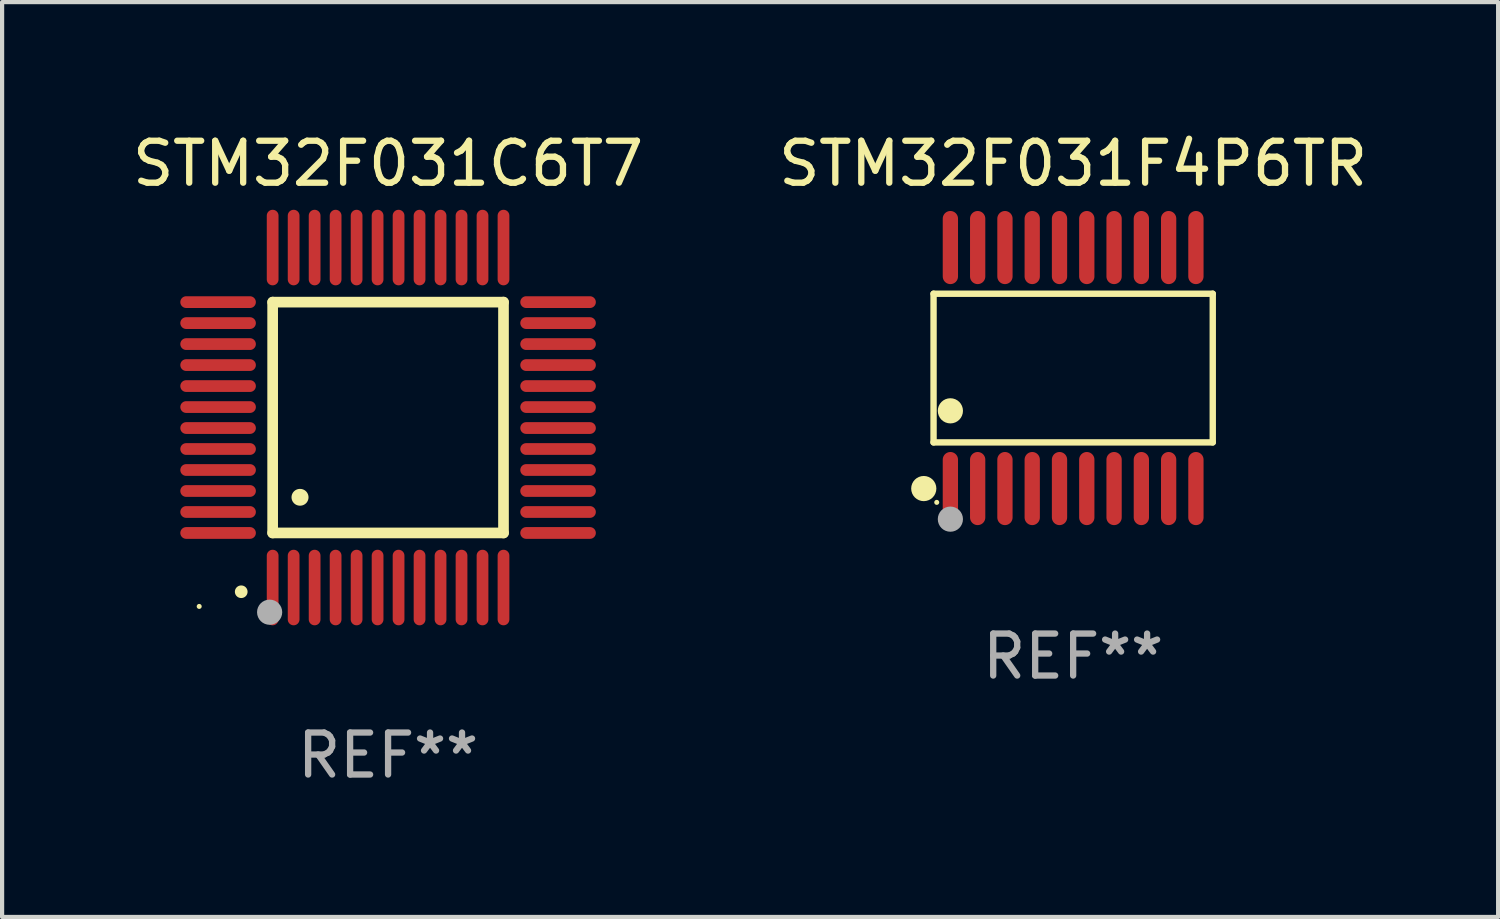
<source format=kicad_pcb>
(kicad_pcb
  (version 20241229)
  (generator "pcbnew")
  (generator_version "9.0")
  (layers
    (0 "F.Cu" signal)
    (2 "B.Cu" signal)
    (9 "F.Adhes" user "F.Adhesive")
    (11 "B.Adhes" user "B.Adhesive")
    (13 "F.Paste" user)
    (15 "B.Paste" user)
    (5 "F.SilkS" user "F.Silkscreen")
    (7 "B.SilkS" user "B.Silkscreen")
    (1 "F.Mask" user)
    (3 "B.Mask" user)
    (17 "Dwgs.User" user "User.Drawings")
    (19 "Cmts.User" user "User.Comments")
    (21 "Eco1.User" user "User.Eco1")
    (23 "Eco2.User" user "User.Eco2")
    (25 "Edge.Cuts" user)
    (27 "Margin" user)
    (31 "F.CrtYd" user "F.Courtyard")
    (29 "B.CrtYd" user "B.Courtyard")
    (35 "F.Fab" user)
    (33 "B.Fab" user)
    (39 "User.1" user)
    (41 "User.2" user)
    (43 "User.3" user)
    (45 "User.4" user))
  (footprint "STM32F031F4P6TR"
    (layer "F.Cu")
    (at 22.518 5.719)
    (property "Reference" "STM32F031F4P6TR" (at 0 -4.871 0) (layer "F.SilkS") (effects (font (size 1 1) (thickness 0.15))))
    (attr through_hole)
    (fp_line (start -3.326 -1.771) (end 3.326 -1.771) (stroke (width 0.152) (type solid)) (layer "F.SilkS"))
    (fp_line (start -3.326 1.771) (end -3.326 -1.771) (stroke (width 0.152) (type solid)) (layer "F.SilkS"))
    (fp_line (start 3.326 -1.771) (end 3.326 1.771) (stroke (width 0.152) (type solid)) (layer "F.SilkS"))
    (fp_line (start 3.326 1.771) (end -3.326 1.771) (stroke (width 0.152) (type solid)) (layer "F.SilkS"))
    (fp_circle (center -3.559 2.871) (end -3.409 2.871) (stroke (width 0.3) (type solid)) (fill no) (layer "F.SilkS"))
    (fp_circle (center -3.25 3.2) (end -3.22 3.2) (stroke (width 0.06) (type solid)) (fill no) (layer "F.SilkS"))
    (fp_circle (center -2.925 1.019) (end -2.775 1.019) (stroke (width 0.3) (type solid)) (fill no) (layer "F.SilkS"))
    (fp_circle (center -2.925 3.6) (end -2.775 3.6) (stroke (width 0.3) (type solid)) (fill no) (layer "F.Fab"))
    (fp_text user "REF**" (at 0 6.871 0) (layer "F.Fab") (effects (font (size 1 1) (thickness 0.15))))
    (pad "1" smd oval (at -2.925 2.871) (size 0.364 1.742) (layers "F.Cu" "F.Mask" "F.Paste"))
    (pad "2" smd oval (at -2.275 2.871) (size 0.364 1.742) (layers "F.Cu" "F.Mask" "F.Paste"))
    (pad "3" smd oval (at -1.625 2.871) (size 0.364 1.742) (layers "F.Cu" "F.Mask" "F.Paste"))
    (pad "4" smd oval (at -0.975 2.871) (size 0.364 1.742) (layers "F.Cu" "F.Mask" "F.Paste"))
    (pad "5" smd oval (at -0.325 2.871) (size 0.364 1.742) (layers "F.Cu" "F.Mask" "F.Paste"))
    (pad "6" smd oval (at 0.325 2.871) (size 0.364 1.742) (layers "F.Cu" "F.Mask" "F.Paste"))
    (pad "7" smd oval (at 0.975 2.871) (size 0.364 1.742) (layers "F.Cu" "F.Mask" "F.Paste"))
    (pad "8" smd oval (at 1.625 2.871) (size 0.364 1.742) (layers "F.Cu" "F.Mask" "F.Paste"))
    (pad "9" smd oval (at 2.275 2.871) (size 0.364 1.742) (layers "F.Cu" "F.Mask" "F.Paste"))
    (pad "10" smd oval (at 2.925 2.871) (size 0.364 1.742) (layers "F.Cu" "F.Mask" "F.Paste"))
    (pad "11" smd oval (at 2.925 -2.871) (size 0.364 1.742) (layers "F.Cu" "F.Mask" "F.Paste"))
    (pad "12" smd oval (at 2.275 -2.871) (size 0.364 1.742) (layers "F.Cu" "F.Mask" "F.Paste"))
    (pad "13" smd oval (at 1.625 -2.871) (size 0.364 1.742) (layers "F.Cu" "F.Mask" "F.Paste"))
    (pad "14" smd oval (at 0.975 -2.871) (size 0.364 1.742) (layers "F.Cu" "F.Mask" "F.Paste"))
    (pad "15" smd oval (at 0.325 -2.871) (size 0.364 1.742) (layers "F.Cu" "F.Mask" "F.Paste"))
    (pad "16" smd oval (at -0.325 -2.871) (size 0.364 1.742) (layers "F.Cu" "F.Mask" "F.Paste"))
    (pad "17" smd oval (at -0.975 -2.871) (size 0.364 1.742) (layers "F.Cu" "F.Mask" "F.Paste"))
    (pad "18" smd oval (at -1.625 -2.871) (size 0.364 1.742) (layers "F.Cu" "F.Mask" "F.Paste"))
    (pad "19" smd oval (at -2.275 -2.871) (size 0.364 1.742) (layers "F.Cu" "F.Mask" "F.Paste"))
    (pad "20" smd oval (at -2.925 -2.871) (size 0.364 1.742) (layers "F.Cu" "F.Mask" "F.Paste")))
  (footprint "STM32F031C6T7"
    (layer "F.Cu")
    (at 6.196 6.898)
    (property "Reference" "STM32F031C6T7" (at 0 -6.05 0) (layer "F.SilkS") (effects (font (size 1 1) (thickness 0.15))))
    (attr through_hole)
    (fp_line (start -2.75 -2.75) (end 2.75 -2.75) (stroke (width 0.254) (type solid)) (layer "F.SilkS"))
    (fp_line (start -2.75 2.75) (end -2.75 -2.75) (stroke (width 0.254) (type solid)) (layer "F.SilkS"))
    (fp_line (start 2.75 -2.75) (end 2.75 2.75) (stroke (width 0.254) (type solid)) (layer "F.SilkS"))
    (fp_line (start 2.75 2.75) (end -2.75 2.75) (stroke (width 0.254) (type solid)) (layer "F.SilkS"))
    (fp_arc (start -3.500127 4.150368) (mid -3.498857 4.150363) (end -3.497587 4.150368) (stroke (width 0.3) (type solid)) (layer "F.SilkS"))
    (fp_arc (start -2.100584 1.899924) (mid -2.098044 1.899908) (end -2.095504 1.899924) (stroke (width 0.4) (type solid)) (layer "F.SilkS"))
    (fp_circle (center -4.5 4.5) (end -4.47 4.5) (stroke (width 0.06) (type solid)) (fill no) (layer "F.SilkS"))
    (fp_circle (center -2.822 4.638) (end -2.672 4.638) (stroke (width 0.3) (type solid)) (fill no) (layer "F.Fab"))
    (fp_text user "REF**" (at 0 8.05 0) (layer "F.Fab") (effects (font (size 1 1) (thickness 0.15))))
    (pad "1" smd oval (at -2.75 4.05) (size 0.28 1.8) (layers "F.Cu" "F.Mask" "F.Paste"))
    (pad "2" smd oval (at -2.25 4.05) (size 0.28 1.8) (layers "F.Cu" "F.Mask" "F.Paste"))
    (pad "3" smd oval (at -1.75 4.05) (size 0.28 1.8) (layers "F.Cu" "F.Mask" "F.Paste"))
    (pad "4" smd oval (at -1.25 4.05) (size 0.28 1.8) (layers "F.Cu" "F.Mask" "F.Paste"))
    (pad "5" smd oval (at -0.75 4.05) (size 0.28 1.8) (layers "F.Cu" "F.Mask" "F.Paste"))
    (pad "6" smd oval (at -0.25 4.05) (size 0.28 1.8) (layers "F.Cu" "F.Mask" "F.Paste"))
    (pad "7" smd oval (at 0.25 4.05) (size 0.28 1.8) (layers "F.Cu" "F.Mask" "F.Paste"))
    (pad "8" smd oval (at 0.75 4.05) (size 0.28 1.8) (layers "F.Cu" "F.Mask" "F.Paste"))
    (pad "9" smd oval (at 1.25 4.05) (size 0.28 1.8) (layers "F.Cu" "F.Mask" "F.Paste"))
    (pad "10" smd oval (at 1.75 4.05) (size 0.28 1.8) (layers "F.Cu" "F.Mask" "F.Paste"))
    (pad "11" smd oval (at 2.25 4.05) (size 0.28 1.8) (layers "F.Cu" "F.Mask" "F.Paste"))
    (pad "12" smd oval (at 2.75 4.05) (size 0.28 1.8) (layers "F.Cu" "F.Mask" "F.Paste"))
    (pad "13" smd oval (at 4.05 2.75) (size 1.8 0.28) (layers "F.Cu" "F.Mask" "F.Paste"))
    (pad "14" smd oval (at 4.05 2.25) (size 1.8 0.28) (layers "F.Cu" "F.Mask" "F.Paste"))
    (pad "15" smd oval (at 4.05 1.75) (size 1.8 0.28) (layers "F.Cu" "F.Mask" "F.Paste"))
    (pad "16" smd oval (at 4.05 1.25) (size 1.8 0.28) (layers "F.Cu" "F.Mask" "F.Paste"))
    (pad "17" smd oval (at 4.05 0.75) (size 1.8 0.28) (layers "F.Cu" "F.Mask" "F.Paste"))
    (pad "18" smd oval (at 4.05 0.25) (size 1.8 0.28) (layers "F.Cu" "F.Mask" "F.Paste"))
    (pad "19" smd oval (at 4.05 -0.25) (size 1.8 0.28) (layers "F.Cu" "F.Mask" "F.Paste"))
    (pad "20" smd oval (at 4.05 -0.75) (size 1.8 0.28) (layers "F.Cu" "F.Mask" "F.Paste"))
    (pad "21" smd oval (at 4.05 -1.25) (size 1.8 0.28) (layers "F.Cu" "F.Mask" "F.Paste"))
    (pad "22" smd oval (at 4.05 -1.75) (size 1.8 0.28) (layers "F.Cu" "F.Mask" "F.Paste"))
    (pad "23" smd oval (at 4.05 -2.25) (size 1.8 0.28) (layers "F.Cu" "F.Mask" "F.Paste"))
    (pad "24" smd oval (at 4.05 -2.75) (size 1.8 0.28) (layers "F.Cu" "F.Mask" "F.Paste"))
    (pad "25" smd oval (at 2.75 -4.05) (size 0.28 1.8) (layers "F.Cu" "F.Mask" "F.Paste"))
    (pad "26" smd oval (at 2.25 -4.05) (size 0.28 1.8) (layers "F.Cu" "F.Mask" "F.Paste"))
    (pad "27" smd oval (at 1.75 -4.05) (size 0.28 1.8) (layers "F.Cu" "F.Mask" "F.Paste"))
    (pad "28" smd oval (at 1.25 -4.05) (size 0.28 1.8) (layers "F.Cu" "F.Mask" "F.Paste"))
    (pad "29" smd oval (at 0.75 -4.05) (size 0.28 1.8) (layers "F.Cu" "F.Mask" "F.Paste"))
    (pad "30" smd oval (at 0.25 -4.05) (size 0.28 1.8) (layers "F.Cu" "F.Mask" "F.Paste"))
    (pad "31" smd oval (at -0.25 -4.05) (size 0.28 1.8) (layers "F.Cu" "F.Mask" "F.Paste"))
    (pad "32" smd oval (at -0.75 -4.05) (size 0.28 1.8) (layers "F.Cu" "F.Mask" "F.Paste"))
    (pad "33" smd oval (at -1.25 -4.05) (size 0.28 1.8) (layers "F.Cu" "F.Mask" "F.Paste"))
    (pad "34" smd oval (at -1.75 -4.05) (size 0.28 1.8) (layers "F.Cu" "F.Mask" "F.Paste"))
    (pad "35" smd oval (at -2.25 -4.05) (size 0.28 1.8) (layers "F.Cu" "F.Mask" "F.Paste"))
    (pad "36" smd oval (at -2.75 -4.05) (size 0.28 1.8) (layers "F.Cu" "F.Mask" "F.Paste"))
    (pad "37" smd oval (at -4.05 -2.75) (size 1.8 0.28) (layers "F.Cu" "F.Mask" "F.Paste"))
    (pad "38" smd oval (at -4.05 -2.25) (size 1.8 0.28) (layers "F.Cu" "F.Mask" "F.Paste"))
    (pad "39" smd oval (at -4.05 -1.75) (size 1.8 0.28) (layers "F.Cu" "F.Mask" "F.Paste"))
    (pad "40" smd oval (at -4.05 -1.25) (size 1.8 0.28) (layers "F.Cu" "F.Mask" "F.Paste"))
    (pad "41" smd oval (at -4.05 -0.75) (size 1.8 0.28) (layers "F.Cu" "F.Mask" "F.Paste"))
    (pad "42" smd oval (at -4.05 -0.25) (size 1.8 0.28) (layers "F.Cu" "F.Mask" "F.Paste"))
    (pad "43" smd oval (at -4.05 0.25) (size 1.8 0.28) (layers "F.Cu" "F.Mask" "F.Paste"))
    (pad "44" smd oval (at -4.05 0.75) (size 1.8 0.28) (layers "F.Cu" "F.Mask" "F.Paste"))
    (pad "45" smd oval (at -4.05 1.25) (size 1.8 0.28) (layers "F.Cu" "F.Mask" "F.Paste"))
    (pad "46" smd oval (at -4.05 1.75) (size 1.8 0.28) (layers "F.Cu" "F.Mask" "F.Paste"))
    (pad "47" smd oval (at -4.05 2.25) (size 1.8 0.28) (layers "F.Cu" "F.Mask" "F.Paste"))
    (pad "48" smd oval (at -4.05 2.75) (size 1.8 0.28) (layers "F.Cu" "F.Mask" "F.Paste")))
  (gr_rect
    (start -3 -3)
    (end 32.643 18.797)
    (stroke (width 0.1) (type default))
    (fill no)
    (layer "Edge.Cuts")))
</source>
